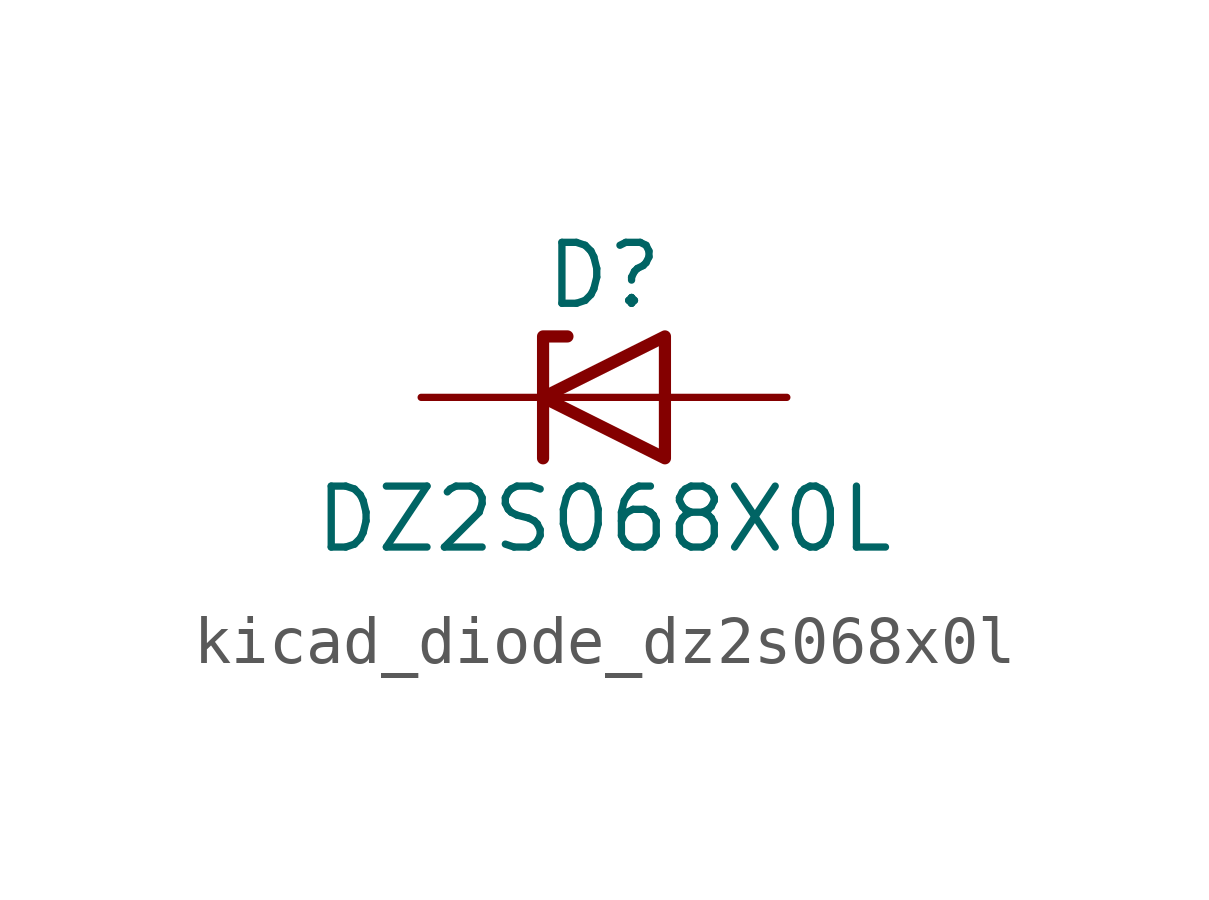
<source format=kicad_sym>
(kicad_symbol_lib
  (version 20220914)
  (generator kicad_symbol_editor)
  (symbol "kicad_diode_dz2s068x0l"
    (pin_numbers hide)
    (pin_names hide)
    (property "Reference" "D"
      (at 0 2.54 0)
      (effects (font (size 1.27 1.27))))
    (property "Value" "DZ2S068X0L"
      (at 0 -2.54 0)
      (effects (font (size 1.27 1.27))))
    (symbol "kicad_diode_dz2s068x0l_0_1"
      (polyline (pts (xy 1.27 0) (xy -1.27 0)) (stroke (width 0) (type default)) (fill (type none)))
      (polyline (pts (xy -1.27 -1.27) (xy -1.27 1.27) (xy -0.762 1.27)) (stroke (width 0.254) (type default)) (fill (type none)))
      (polyline (pts (xy 1.27 -1.27) (xy 1.27 1.27) (xy -1.27 0) (xy 1.27 -1.27)) (stroke (width 0.254) (type default)) (fill (type none))))
    (symbol "kicad_diode_dz2s068x0l_1_1"
      (pin passive line (at -3.81 0 0) (length 2.54) (name "K" (effects (font (size 1.27 1.27)))) (number "1" (effects (font (size 1.27 1.27)))))
      (pin passive line (at 3.81 0 180) (length 2.54) (name "A" (effects (font (size 1.27 1.27)))) (number "2" (effects (font (size 1.27 1.27))))))))
</source>
